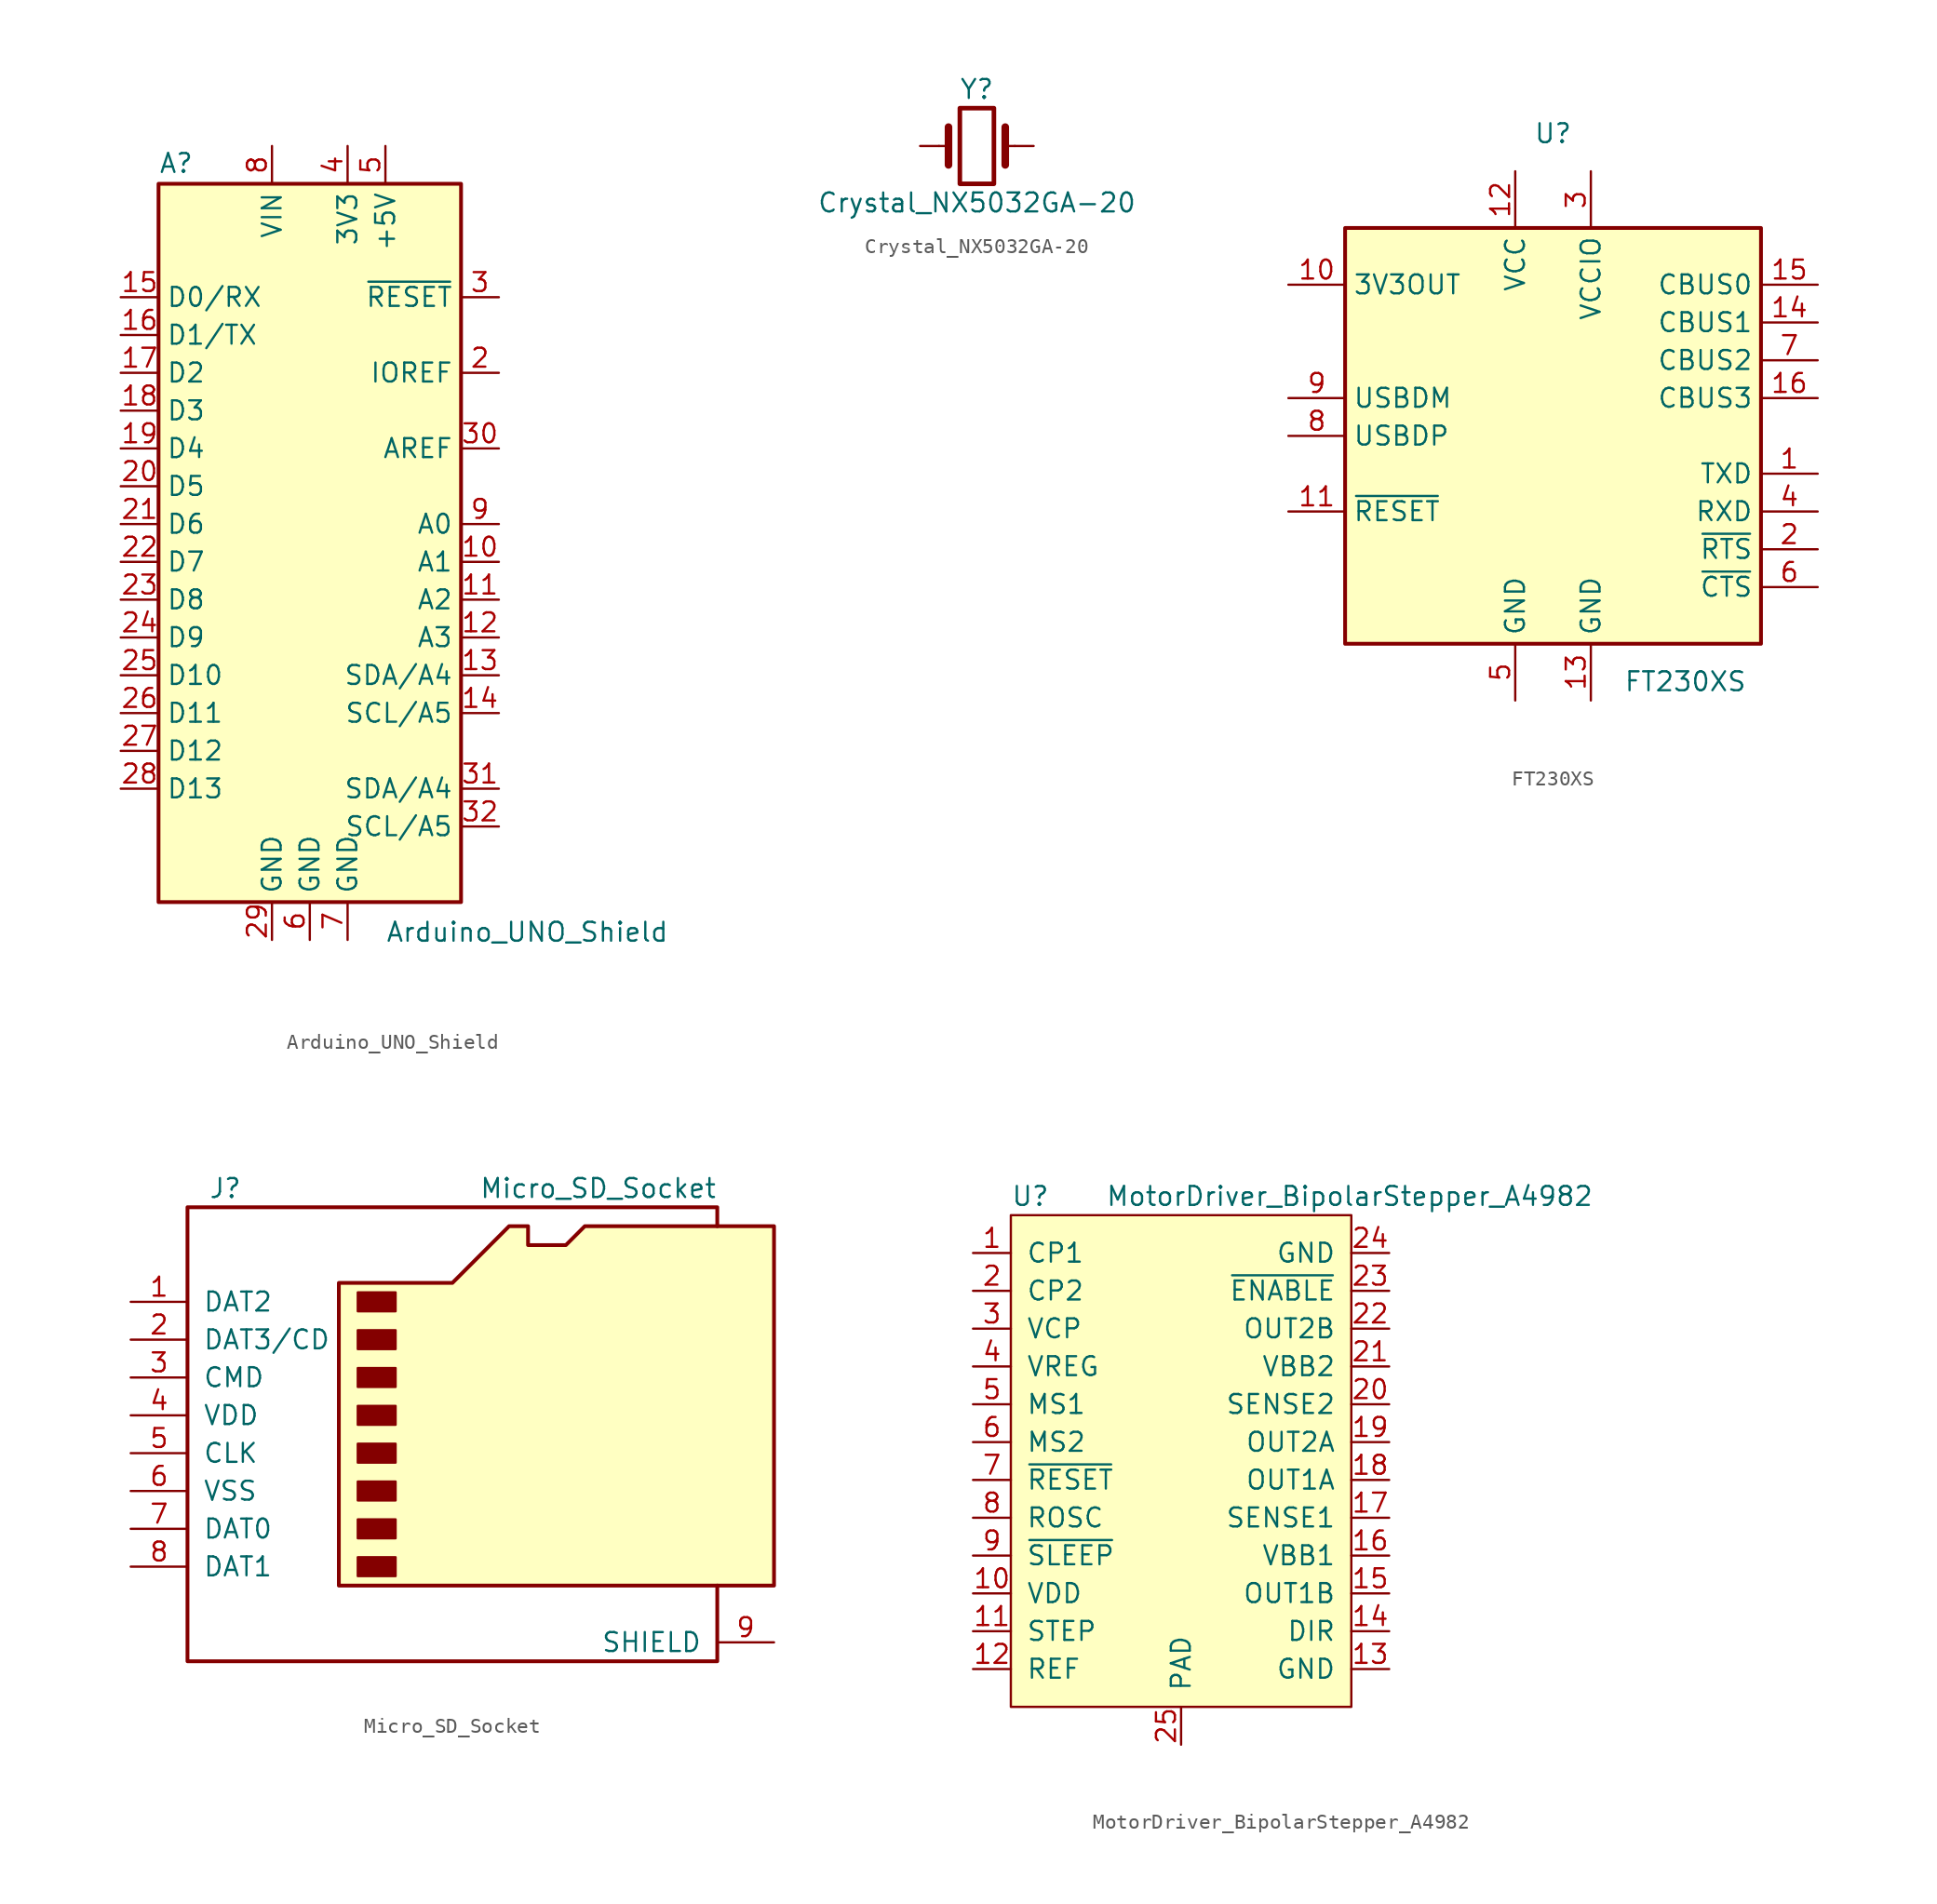
<source format=kicad_sym>
(kicad_symbol_lib
  (version 20211014)
  (generator kicad_symbol_editor)
  (symbol "Arduino_UNO_Shield"
    (property "Reference" "A"
      (at -10.16 23.495 0)
      (effects (font (size 1.27 1.27)) (justify left bottom)))
    (property "Value" "Arduino_UNO_Shield"
      (at 5.08 -26.67 0)
      (effects (font (size 1.27 1.27)) (justify left top)))
    (symbol "Arduino_UNO_Shield_0_1"
      (rectangle (start -10.16 22.86) (end 10.16 -25.4) (stroke (width 0.254) (type default) (color 0 0 0 0)) (fill (type background))))
    (symbol "Arduino_UNO_Shield_1_1"
      (pin no_connect line (at -10.16 -20.32 0) (length 2.54) hide (name "NC" (effects (font (size 1.27 1.27)))) (number "1" (effects (font (size 1.27 1.27)))))
      (pin bidirectional line (at 12.7 -2.54 180) (length 2.54) (name "A1" (effects (font (size 1.27 1.27)))) (number "10" (effects (font (size 1.27 1.27)))))
      (pin bidirectional line (at 12.7 -5.08 180) (length 2.54) (name "A2" (effects (font (size 1.27 1.27)))) (number "11" (effects (font (size 1.27 1.27)))))
      (pin bidirectional line (at 12.7 -7.62 180) (length 2.54) (name "A3" (effects (font (size 1.27 1.27)))) (number "12" (effects (font (size 1.27 1.27)))))
      (pin bidirectional line (at 12.7 -10.16 180) (length 2.54) (name "SDA/A4" (effects (font (size 1.27 1.27)))) (number "13" (effects (font (size 1.27 1.27)))))
      (pin bidirectional line (at 12.7 -12.7 180) (length 2.54) (name "SCL/A5" (effects (font (size 1.27 1.27)))) (number "14" (effects (font (size 1.27 1.27)))))
      (pin bidirectional line (at -12.7 15.24 0) (length 2.54) (name "D0/RX" (effects (font (size 1.27 1.27)))) (number "15" (effects (font (size 1.27 1.27)))))
      (pin bidirectional line (at -12.7 12.7 0) (length 2.54) (name "D1/TX" (effects (font (size 1.27 1.27)))) (number "16" (effects (font (size 1.27 1.27)))))
      (pin bidirectional line (at -12.7 10.16 0) (length 2.54) (name "D2" (effects (font (size 1.27 1.27)))) (number "17" (effects (font (size 1.27 1.27)))))
      (pin bidirectional line (at -12.7 7.62 0) (length 2.54) (name "D3" (effects (font (size 1.27 1.27)))) (number "18" (effects (font (size 1.27 1.27)))))
      (pin bidirectional line (at -12.7 5.08 0) (length 2.54) (name "D4" (effects (font (size 1.27 1.27)))) (number "19" (effects (font (size 1.27 1.27)))))
      (pin output line (at 12.7 10.16 180) (length 2.54) (name "IOREF" (effects (font (size 1.27 1.27)))) (number "2" (effects (font (size 1.27 1.27)))))
      (pin bidirectional line (at -12.7 2.54 0) (length 2.54) (name "D5" (effects (font (size 1.27 1.27)))) (number "20" (effects (font (size 1.27 1.27)))))
      (pin bidirectional line (at -12.7 0 0) (length 2.54) (name "D6" (effects (font (size 1.27 1.27)))) (number "21" (effects (font (size 1.27 1.27)))))
      (pin bidirectional line (at -12.7 -2.54 0) (length 2.54) (name "D7" (effects (font (size 1.27 1.27)))) (number "22" (effects (font (size 1.27 1.27)))))
      (pin bidirectional line (at -12.7 -5.08 0) (length 2.54) (name "D8" (effects (font (size 1.27 1.27)))) (number "23" (effects (font (size 1.27 1.27)))))
      (pin bidirectional line (at -12.7 -7.62 0) (length 2.54) (name "D9" (effects (font (size 1.27 1.27)))) (number "24" (effects (font (size 1.27 1.27)))))
      (pin bidirectional line (at -12.7 -10.16 0) (length 2.54) (name "D10" (effects (font (size 1.27 1.27)))) (number "25" (effects (font (size 1.27 1.27)))))
      (pin bidirectional line (at -12.7 -12.7 0) (length 2.54) (name "D11" (effects (font (size 1.27 1.27)))) (number "26" (effects (font (size 1.27 1.27)))))
      (pin bidirectional line (at -12.7 -15.24 0) (length 2.54) (name "D12" (effects (font (size 1.27 1.27)))) (number "27" (effects (font (size 1.27 1.27)))))
      (pin bidirectional line (at -12.7 -17.78 0) (length 2.54) (name "D13" (effects (font (size 1.27 1.27)))) (number "28" (effects (font (size 1.27 1.27)))))
      (pin power_in line (at -2.54 -27.94 90) (length 2.54) (name "GND" (effects (font (size 1.27 1.27)))) (number "29" (effects (font (size 1.27 1.27)))))
      (pin input line (at 12.7 15.24 180) (length 2.54) (name "~{RESET}" (effects (font (size 1.27 1.27)))) (number "3" (effects (font (size 1.27 1.27)))))
      (pin input line (at 12.7 5.08 180) (length 2.54) (name "AREF" (effects (font (size 1.27 1.27)))) (number "30" (effects (font (size 1.27 1.27)))))
      (pin bidirectional line (at 12.7 -17.78 180) (length 2.54) (name "SDA/A4" (effects (font (size 1.27 1.27)))) (number "31" (effects (font (size 1.27 1.27)))))
      (pin bidirectional line (at 12.7 -20.32 180) (length 2.54) (name "SCL/A5" (effects (font (size 1.27 1.27)))) (number "32" (effects (font (size 1.27 1.27)))))
      (pin power_out line (at 2.54 25.4 270) (length 2.54) (name "3V3" (effects (font (size 1.27 1.27)))) (number "4" (effects (font (size 1.27 1.27)))))
      (pin power_out line (at 5.08 25.4 270) (length 2.54) (name "+5V" (effects (font (size 1.27 1.27)))) (number "5" (effects (font (size 1.27 1.27)))))
      (pin power_in line (at 0 -27.94 90) (length 2.54) (name "GND" (effects (font (size 1.27 1.27)))) (number "6" (effects (font (size 1.27 1.27)))))
      (pin power_in line (at 2.54 -27.94 90) (length 2.54) (name "GND" (effects (font (size 1.27 1.27)))) (number "7" (effects (font (size 1.27 1.27)))))
      (pin power_in line (at -2.54 25.4 270) (length 2.54) (name "VIN" (effects (font (size 1.27 1.27)))) (number "8" (effects (font (size 1.27 1.27)))))
      (pin bidirectional line (at 12.7 0 180) (length 2.54) (name "A0" (effects (font (size 1.27 1.27)))) (number "9" (effects (font (size 1.27 1.27)))))))
  (symbol "Crystal_NX5032GA-20"
    (pin_numbers hide)
    (pin_names
      (offset 1.016) hide)
    (property "Reference" "Y"
      (at 0 3.81 0)
      (effects (font (size 1.27 1.27))))
    (property "Value" "Crystal_NX5032GA-20"
      (at 0 -3.81 0)
      (effects (font (size 1.27 1.27))))
    (symbol "Crystal_NX5032GA-20_0_1"
      (rectangle (start -1.143 2.54) (end 1.143 -2.54) (stroke (width 0.305) (type default) (color 0 0 0 0)) (fill (type none)))
      (polyline (pts (xy -2.54 0) (xy -1.905 0)) (stroke (width 0) (type default) (color 0 0 0 0)) (fill (type none)))
      (polyline (pts (xy -1.905 -1.27) (xy -1.905 1.27)) (stroke (width 0.508) (type default) (color 0 0 0 0)) (fill (type none)))
      (polyline (pts (xy 1.905 -1.27) (xy 1.905 1.27)) (stroke (width 0.508) (type default) (color 0 0 0 0)) (fill (type none)))
      (polyline (pts (xy 2.54 0) (xy 1.905 0)) (stroke (width 0) (type default) (color 0 0 0 0)) (fill (type none))))
    (symbol "Crystal_NX5032GA-20_1_1"
      (pin passive line (at -3.81 0 0) (length 1.27) (name "1" (effects (font (size 1.27 1.27)))) (number "1" (effects (font (size 1.27 1.27)))))
      (pin passive line (at 3.81 0 180) (length 1.27) (name "2" (effects (font (size 1.27 1.27)))) (number "2" (effects (font (size 1.27 1.27)))))))
  (symbol "FT230XS"
    (property "Reference" "U"
      (at 0 20.32 0)
      (effects (font (size 1.27 1.27))))
    (property "Value" "FT230XS"
      (at 8.89 -16.51 0)
      (effects (font (size 1.27 1.27))))
    (symbol "FT230XS_0_1"
      (rectangle (start 13.97 13.97) (end -13.97 -13.97) (stroke (width 0.254) (type default) (color 0 0 0 0)) (fill (type background))))
    (symbol "FT230XS_1_1"
      (pin output line (at 17.78 -2.54 180) (length 3.81) (name "TXD" (effects (font (size 1.27 1.27)))) (number "1" (effects (font (size 1.27 1.27)))))
      (pin power_out line (at -17.78 10.16 0) (length 3.81) (name "3V3OUT" (effects (font (size 1.27 1.27)))) (number "10" (effects (font (size 1.27 1.27)))))
      (pin input line (at -17.78 -5.08 0) (length 3.81) (name "~{RESET}" (effects (font (size 1.27 1.27)))) (number "11" (effects (font (size 1.27 1.27)))))
      (pin power_in line (at -2.54 17.78 270) (length 3.81) (name "VCC" (effects (font (size 1.27 1.27)))) (number "12" (effects (font (size 1.27 1.27)))))
      (pin power_in line (at 2.54 -17.78 90) (length 3.81) (name "GND" (effects (font (size 1.27 1.27)))) (number "13" (effects (font (size 1.27 1.27)))))
      (pin bidirectional line (at 17.78 7.62 180) (length 3.81) (name "CBUS1" (effects (font (size 1.27 1.27)))) (number "14" (effects (font (size 1.27 1.27)))))
      (pin bidirectional line (at 17.78 10.16 180) (length 3.81) (name "CBUS0" (effects (font (size 1.27 1.27)))) (number "15" (effects (font (size 1.27 1.27)))))
      (pin bidirectional line (at 17.78 2.54 180) (length 3.81) (name "CBUS3" (effects (font (size 1.27 1.27)))) (number "16" (effects (font (size 1.27 1.27)))))
      (pin output line (at 17.78 -7.62 180) (length 3.81) (name "~{RTS}" (effects (font (size 1.27 1.27)))) (number "2" (effects (font (size 1.27 1.27)))))
      (pin power_in line (at 2.54 17.78 270) (length 3.81) (name "VCCIO" (effects (font (size 1.27 1.27)))) (number "3" (effects (font (size 1.27 1.27)))))
      (pin input line (at 17.78 -5.08 180) (length 3.81) (name "RXD" (effects (font (size 1.27 1.27)))) (number "4" (effects (font (size 1.27 1.27)))))
      (pin power_in line (at -2.54 -17.78 90) (length 3.81) (name "GND" (effects (font (size 1.27 1.27)))) (number "5" (effects (font (size 1.27 1.27)))))
      (pin input line (at 17.78 -10.16 180) (length 3.81) (name "~{CTS}" (effects (font (size 1.27 1.27)))) (number "6" (effects (font (size 1.27 1.27)))))
      (pin bidirectional line (at 17.78 5.08 180) (length 3.81) (name "CBUS2" (effects (font (size 1.27 1.27)))) (number "7" (effects (font (size 1.27 1.27)))))
      (pin bidirectional line (at -17.78 0 0) (length 3.81) (name "USBDP" (effects (font (size 1.27 1.27)))) (number "8" (effects (font (size 1.27 1.27)))))
      (pin bidirectional line (at -17.78 2.54 0) (length 3.81) (name "USBDM" (effects (font (size 1.27 1.27)))) (number "9" (effects (font (size 1.27 1.27)))))))
  (symbol "Micro_SD_Socket"
    (pin_names
      (offset 1.016))
    (property "Reference" "J"
      (at -16.51 15.24 0)
      (effects (font (size 1.27 1.27))))
    (property "Value" "Micro_SD_Socket"
      (at 16.51 15.24 0)
      (effects (font (size 1.27 1.27)) (justify right)))
    (symbol "Micro_SD_Socket_0_1"
      (rectangle (start -7.62 -9.525) (end -5.08 -10.795) (stroke (width 0) (type default) (color 0 0 0 0)) (fill (type outline)))
      (rectangle (start -7.62 -6.985) (end -5.08 -8.255) (stroke (width 0) (type default) (color 0 0 0 0)) (fill (type outline)))
      (rectangle (start -7.62 -4.445) (end -5.08 -5.715) (stroke (width 0) (type default) (color 0 0 0 0)) (fill (type outline)))
      (rectangle (start -7.62 -1.905) (end -5.08 -3.175) (stroke (width 0) (type default) (color 0 0 0 0)) (fill (type outline)))
      (rectangle (start -7.62 0.635) (end -5.08 -0.635) (stroke (width 0) (type default) (color 0 0 0 0)) (fill (type outline)))
      (rectangle (start -7.62 3.175) (end -5.08 1.905) (stroke (width 0) (type default) (color 0 0 0 0)) (fill (type outline)))
      (rectangle (start -7.62 5.715) (end -5.08 4.445) (stroke (width 0) (type default) (color 0 0 0 0)) (fill (type outline)))
      (rectangle (start -7.62 8.255) (end -5.08 6.985) (stroke (width 0) (type default) (color 0 0 0 0)) (fill (type outline)))
      (polyline (pts (xy 16.51 12.7) (xy 16.51 13.97) (xy -19.05 13.97) (xy -19.05 -16.51) (xy 16.51 -16.51) (xy 16.51 -11.43)) (stroke (width 0.254) (type default) (color 0 0 0 0)) (fill (type none)))
      (polyline (pts (xy -8.89 -11.43) (xy -8.89 8.89) (xy -1.27 8.89) (xy 2.54 12.7) (xy 3.81 12.7) (xy 3.81 11.43) (xy 6.35 11.43) (xy 7.62 12.7) (xy 20.32 12.7) (xy 20.32 -11.43) (xy -8.89 -11.43)) (stroke (width 0.254) (type default) (color 0 0 0 0)) (fill (type background))))
    (symbol "Micro_SD_Socket_1_1"
      (pin bidirectional line (at -22.86 7.62 0) (length 3.81) (name "DAT2" (effects (font (size 1.27 1.27)))) (number "1" (effects (font (size 1.27 1.27)))))
      (pin bidirectional line (at -22.86 5.08 0) (length 3.81) (name "DAT3/CD" (effects (font (size 1.27 1.27)))) (number "2" (effects (font (size 1.27 1.27)))))
      (pin input line (at -22.86 2.54 0) (length 3.81) (name "CMD" (effects (font (size 1.27 1.27)))) (number "3" (effects (font (size 1.27 1.27)))))
      (pin power_in line (at -22.86 0 0) (length 3.81) (name "VDD" (effects (font (size 1.27 1.27)))) (number "4" (effects (font (size 1.27 1.27)))))
      (pin input line (at -22.86 -2.54 0) (length 3.81) (name "CLK" (effects (font (size 1.27 1.27)))) (number "5" (effects (font (size 1.27 1.27)))))
      (pin power_in line (at -22.86 -5.08 0) (length 3.81) (name "VSS" (effects (font (size 1.27 1.27)))) (number "6" (effects (font (size 1.27 1.27)))))
      (pin bidirectional line (at -22.86 -7.62 0) (length 3.81) (name "DAT0" (effects (font (size 1.27 1.27)))) (number "7" (effects (font (size 1.27 1.27)))))
      (pin bidirectional line (at -22.86 -10.16 0) (length 3.81) (name "DAT1" (effects (font (size 1.27 1.27)))) (number "8" (effects (font (size 1.27 1.27)))))
      (pin passive line (at 20.32 -15.24 180) (length 3.81) (name "SHIELD" (effects (font (size 1.27 1.27)))) (number "9" (effects (font (size 1.27 1.27)))))))
  (symbol "MotorDriver_BipolarStepper_A4982"
    (pin_names
      (offset 1.016))
    (property "Reference" "U"
      (at -11.43 17.78 0)
      (effects (font (size 1.27 1.27)) (justify left)))
    (property "Value" "MotorDriver_BipolarStepper_A4982"
      (at -5.08 17.78 0)
      (effects (font (size 1.27 1.27)) (justify left)))
    (symbol "MotorDriver_BipolarStepper_A4982_0_1"
      (rectangle (start -11.43 16.51) (end 11.43 -16.51) (stroke (width 0) (type default) (color 0 0 0 0)) (fill (type background))))
    (symbol "MotorDriver_BipolarStepper_A4982_1_1"
      (pin bidirectional line (at -13.97 13.97 0) (length 2.54) (name "CP1" (effects (font (size 1.27 1.27)))) (number "1" (effects (font (size 1.27 1.27)))))
      (pin power_in line (at -13.97 -8.89 0) (length 2.54) (name "VDD" (effects (font (size 1.27 1.27)))) (number "10" (effects (font (size 1.27 1.27)))))
      (pin input line (at -13.97 -11.43 0) (length 2.54) (name "STEP" (effects (font (size 1.27 1.27)))) (number "11" (effects (font (size 1.27 1.27)))))
      (pin input line (at -13.97 -13.97 0) (length 2.54) (name "REF" (effects (font (size 1.27 1.27)))) (number "12" (effects (font (size 1.27 1.27)))))
      (pin power_in line (at 13.97 -13.97 180) (length 2.54) (name "GND" (effects (font (size 1.27 1.27)))) (number "13" (effects (font (size 1.27 1.27)))))
      (pin input line (at 13.97 -11.43 180) (length 2.54) (name "DIR" (effects (font (size 1.27 1.27)))) (number "14" (effects (font (size 1.27 1.27)))))
      (pin output line (at 13.97 -8.89 180) (length 2.54) (name "OUT1B" (effects (font (size 1.27 1.27)))) (number "15" (effects (font (size 1.27 1.27)))))
      (pin power_in line (at 13.97 -6.35 180) (length 2.54) (name "VBB1" (effects (font (size 1.27 1.27)))) (number "16" (effects (font (size 1.27 1.27)))))
      (pin input line (at 13.97 -3.81 180) (length 2.54) (name "SENSE1" (effects (font (size 1.27 1.27)))) (number "17" (effects (font (size 1.27 1.27)))))
      (pin output line (at 13.97 -1.27 180) (length 2.54) (name "OUT1A" (effects (font (size 1.27 1.27)))) (number "18" (effects (font (size 1.27 1.27)))))
      (pin output line (at 13.97 1.27 180) (length 2.54) (name "OUT2A" (effects (font (size 1.27 1.27)))) (number "19" (effects (font (size 1.27 1.27)))))
      (pin bidirectional line (at -13.97 11.43 0) (length 2.54) (name "CP2" (effects (font (size 1.27 1.27)))) (number "2" (effects (font (size 1.27 1.27)))))
      (pin input line (at 13.97 3.81 180) (length 2.54) (name "SENSE2" (effects (font (size 1.27 1.27)))) (number "20" (effects (font (size 1.27 1.27)))))
      (pin power_in line (at 13.97 6.35 180) (length 2.54) (name "VBB2" (effects (font (size 1.27 1.27)))) (number "21" (effects (font (size 1.27 1.27)))))
      (pin output line (at 13.97 8.89 180) (length 2.54) (name "OUT2B" (effects (font (size 1.27 1.27)))) (number "22" (effects (font (size 1.27 1.27)))))
      (pin input line (at 13.97 11.43 180) (length 2.54) (name "~{ENABLE}" (effects (font (size 1.27 1.27)))) (number "23" (effects (font (size 1.27 1.27)))))
      (pin power_in line (at 13.97 13.97 180) (length 2.54) (name "GND" (effects (font (size 1.27 1.27)))) (number "24" (effects (font (size 1.27 1.27)))))
      (pin input line (at 0 -19.05 90) (length 2.54) (name "PAD" (effects (font (size 1.27 1.27)))) (number "25" (effects (font (size 1.27 1.27)))))
      (pin bidirectional line (at -13.97 8.89 0) (length 2.54) (name "VCP" (effects (font (size 1.27 1.27)))) (number "3" (effects (font (size 1.27 1.27)))))
      (pin input line (at -13.97 6.35 0) (length 2.54) (name "VREG" (effects (font (size 1.27 1.27)))) (number "4" (effects (font (size 1.27 1.27)))))
      (pin input line (at -13.97 3.81 0) (length 2.54) (name "MS1" (effects (font (size 1.27 1.27)))) (number "5" (effects (font (size 1.27 1.27)))))
      (pin input line (at -13.97 1.27 0) (length 2.54) (name "MS2" (effects (font (size 1.27 1.27)))) (number "6" (effects (font (size 1.27 1.27)))))
      (pin input line (at -13.97 -1.27 0) (length 2.54) (name "~{RESET}" (effects (font (size 1.27 1.27)))) (number "7" (effects (font (size 1.27 1.27)))))
      (pin input line (at -13.97 -3.81 0) (length 2.54) (name "ROSC" (effects (font (size 1.27 1.27)))) (number "8" (effects (font (size 1.27 1.27)))))
      (pin input line (at -13.97 -6.35 0) (length 2.54) (name "~{SLEEP}" (effects (font (size 1.27 1.27)))) (number "9" (effects (font (size 1.27 1.27))))))))
</source>
